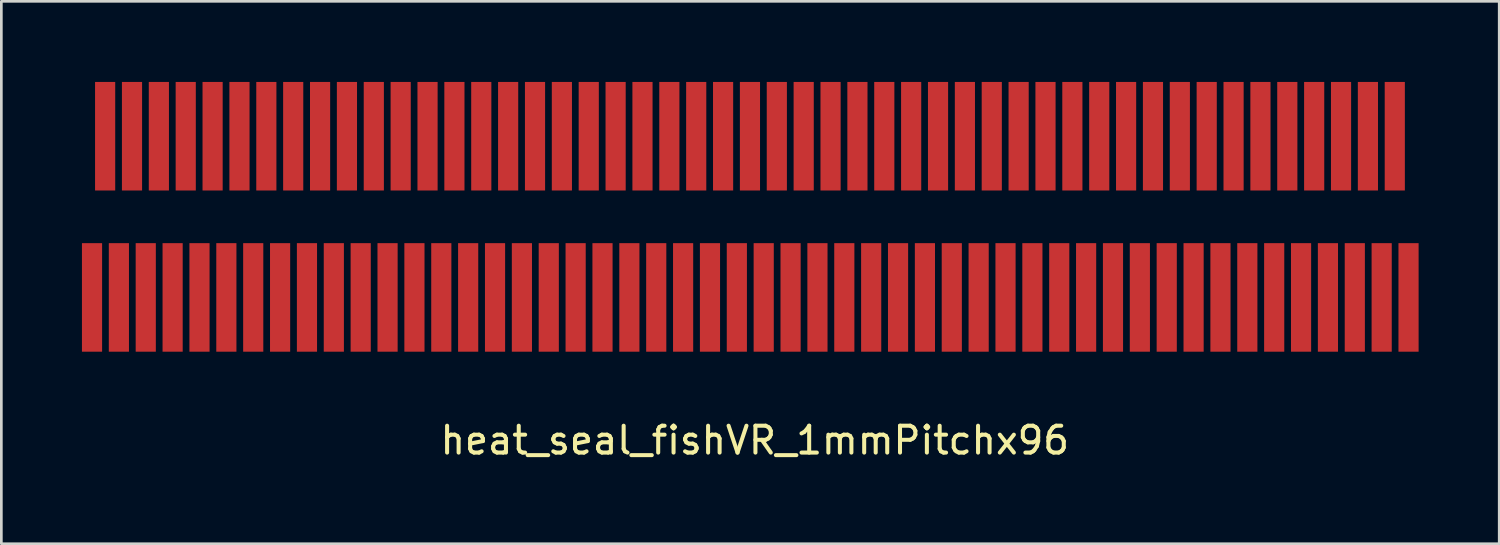
<source format=kicad_pcb>
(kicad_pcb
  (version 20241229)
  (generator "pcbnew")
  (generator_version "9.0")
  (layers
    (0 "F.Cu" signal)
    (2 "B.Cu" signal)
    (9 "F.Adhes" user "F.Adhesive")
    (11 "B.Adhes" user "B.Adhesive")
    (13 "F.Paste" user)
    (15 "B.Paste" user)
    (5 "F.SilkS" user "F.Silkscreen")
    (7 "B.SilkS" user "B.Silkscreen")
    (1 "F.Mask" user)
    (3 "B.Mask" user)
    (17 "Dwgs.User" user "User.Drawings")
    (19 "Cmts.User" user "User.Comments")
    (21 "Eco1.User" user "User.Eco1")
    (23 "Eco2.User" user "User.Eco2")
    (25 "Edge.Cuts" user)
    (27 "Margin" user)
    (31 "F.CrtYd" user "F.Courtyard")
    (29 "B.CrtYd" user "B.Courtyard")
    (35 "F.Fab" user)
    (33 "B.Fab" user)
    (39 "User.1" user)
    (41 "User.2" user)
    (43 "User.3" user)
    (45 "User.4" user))
  (footprint "heat_seal_fishVR_1mmPitchx96"
    (layer "F.Cu")
    (at 0.863 2.02)
    (property "Reference" "heat_seal_fishVR_1mmPitchx96" (at 24.18 11.32 0) (layer "F.SilkS") (effects (font (size 1 1) (thickness 0.15))))
    (attr through_hole)
    (pad "1" smd rect (at 0 0) (size 0.75 4.04) (layers "F.Cu" "F.Mask" "F.Paste"))
    (pad "2" smd rect (at 1 0) (size 0.75 4.04) (layers "F.Cu" "F.Mask" "F.Paste"))
    (pad "3" smd rect (at 2 0) (size 0.75 4.04) (layers "F.Cu" "F.Mask" "F.Paste"))
    (pad "4" smd rect (at 3 0) (size 0.75 4.04) (layers "F.Cu" "F.Mask" "F.Paste"))
    (pad "5" smd rect (at 4 0) (size 0.75 4.04) (layers "F.Cu" "F.Mask" "F.Paste"))
    (pad "6" smd rect (at 5 0) (size 0.75 4.04) (layers "F.Cu" "F.Mask" "F.Paste"))
    (pad "7" smd rect (at 6 0) (size 0.75 4.04) (layers "F.Cu" "F.Mask" "F.Paste"))
    (pad "8" smd rect (at 7 0) (size 0.75 4.04) (layers "F.Cu" "F.Mask" "F.Paste"))
    (pad "9" smd rect (at 8 0) (size 0.75 4.04) (layers "F.Cu" "F.Mask" "F.Paste"))
    (pad "10" smd rect (at 9 0) (size 0.75 4.04) (layers "F.Cu" "F.Mask" "F.Paste"))
    (pad "11" smd rect (at 10 0) (size 0.75 4.04) (layers "F.Cu" "F.Mask" "F.Paste"))
    (pad "12" smd rect (at 11 0) (size 0.75 4.04) (layers "F.Cu" "F.Mask" "F.Paste"))
    (pad "13" smd rect (at 12 0) (size 0.75 4.04) (layers "F.Cu" "F.Mask" "F.Paste"))
    (pad "14" smd rect (at 13 0) (size 0.75 4.04) (layers "F.Cu" "F.Mask" "F.Paste"))
    (pad "15" smd rect (at 14 0) (size 0.75 4.04) (layers "F.Cu" "F.Mask" "F.Paste"))
    (pad "16" smd rect (at 15 0) (size 0.75 4.04) (layers "F.Cu" "F.Mask" "F.Paste"))
    (pad "17" smd rect (at 16 0) (size 0.75 4.04) (layers "F.Cu" "F.Mask" "F.Paste"))
    (pad "18" smd rect (at 17 0) (size 0.75 4.04) (layers "F.Cu" "F.Mask" "F.Paste"))
    (pad "19" smd rect (at 18 0) (size 0.75 4.04) (layers "F.Cu" "F.Mask" "F.Paste"))
    (pad "20" smd rect (at 19 0) (size 0.75 4.04) (layers "F.Cu" "F.Mask" "F.Paste"))
    (pad "21" smd rect (at 20 0) (size 0.75 4.04) (layers "F.Cu" "F.Mask" "F.Paste"))
    (pad "22" smd rect (at 21 0) (size 0.75 4.04) (layers "F.Cu" "F.Mask" "F.Paste"))
    (pad "23" smd rect (at 22 0) (size 0.75 4.04) (layers "F.Cu" "F.Mask" "F.Paste"))
    (pad "24" smd rect (at 23 0) (size 0.75 4.04) (layers "F.Cu" "F.Mask" "F.Paste"))
    (pad "25" smd rect (at 24 0) (size 0.75 4.04) (layers "F.Cu" "F.Mask" "F.Paste"))
    (pad "26" smd rect (at 25 0) (size 0.75 4.04) (layers "F.Cu" "F.Mask" "F.Paste"))
    (pad "27" smd rect (at 26 0) (size 0.75 4.04) (layers "F.Cu" "F.Mask" "F.Paste"))
    (pad "28" smd rect (at 27 0) (size 0.75 4.04) (layers "F.Cu" "F.Mask" "F.Paste"))
    (pad "29" smd rect (at 28 0) (size 0.75 4.04) (layers "F.Cu" "F.Mask" "F.Paste"))
    (pad "30" smd rect (at 29 0) (size 0.75 4.04) (layers "F.Cu" "F.Mask" "F.Paste"))
    (pad "31" smd rect (at 30 0) (size 0.75 4.04) (layers "F.Cu" "F.Mask" "F.Paste"))
    (pad "32" smd rect (at 31 0) (size 0.75 4.04) (layers "F.Cu" "F.Mask" "F.Paste"))
    (pad "33" smd rect (at 32 0) (size 0.75 4.04) (layers "F.Cu" "F.Mask" "F.Paste"))
    (pad "34" smd rect (at 33 0) (size 0.75 4.04) (layers "F.Cu" "F.Mask" "F.Paste"))
    (pad "35" smd rect (at 34 0) (size 0.75 4.04) (layers "F.Cu" "F.Mask" "F.Paste"))
    (pad "36" smd rect (at 35 0) (size 0.75 4.04) (layers "F.Cu" "F.Mask" "F.Paste"))
    (pad "37" smd rect (at 36 0) (size 0.75 4.04) (layers "F.Cu" "F.Mask" "F.Paste"))
    (pad "38" smd rect (at 37 0) (size 0.75 4.04) (layers "F.Cu" "F.Mask" "F.Paste"))
    (pad "39" smd rect (at 38 0) (size 0.75 4.04) (layers "F.Cu" "F.Mask" "F.Paste"))
    (pad "40" smd rect (at 39 0) (size 0.75 4.04) (layers "F.Cu" "F.Mask" "F.Paste"))
    (pad "41" smd rect (at 40 0) (size 0.75 4.04) (layers "F.Cu" "F.Mask" "F.Paste"))
    (pad "42" smd rect (at 41 0) (size 0.75 4.04) (layers "F.Cu" "F.Mask" "F.Paste"))
    (pad "43" smd rect (at 42 0) (size 0.75 4.04) (layers "F.Cu" "F.Mask" "F.Paste"))
    (pad "44" smd rect (at 43 0) (size 0.75 4.04) (layers "F.Cu" "F.Mask" "F.Paste"))
    (pad "45" smd rect (at 44 0) (size 0.75 4.04) (layers "F.Cu" "F.Mask" "F.Paste"))
    (pad "46" smd rect (at 45 0) (size 0.75 4.04) (layers "F.Cu" "F.Mask" "F.Paste"))
    (pad "47" smd rect (at 46 0) (size 0.75 4.04) (layers "F.Cu" "F.Mask" "F.Paste"))
    (pad "48" smd rect (at 47 0) (size 0.75 4.04) (layers "F.Cu" "F.Mask" "F.Paste"))
    (pad "49" smd rect (at 48 0) (size 0.75 4.04) (layers "F.Cu" "F.Mask" "F.Paste"))
    (pad "50" smd rect (at -0.488 6) (size 0.75 4.04) (layers "F.Cu" "F.Mask" "F.Paste"))
    (pad "51" smd rect (at 0.512 6) (size 0.75 4.04) (layers "F.Cu" "F.Mask" "F.Paste"))
    (pad "52" smd rect (at 1.512 6) (size 0.75 4.04) (layers "F.Cu" "F.Mask" "F.Paste"))
    (pad "53" smd rect (at 2.512 6) (size 0.75 4.04) (layers "F.Cu" "F.Mask" "F.Paste"))
    (pad "54" smd rect (at 3.512 6) (size 0.75 4.04) (layers "F.Cu" "F.Mask" "F.Paste"))
    (pad "55" smd rect (at 4.512 6) (size 0.75 4.04) (layers "F.Cu" "F.Mask" "F.Paste"))
    (pad "56" smd rect (at 5.512 6) (size 0.75 4.04) (layers "F.Cu" "F.Mask" "F.Paste"))
    (pad "57" smd rect (at 6.512 6) (size 0.75 4.04) (layers "F.Cu" "F.Mask" "F.Paste"))
    (pad "58" smd rect (at 7.512 6) (size 0.75 4.04) (layers "F.Cu" "F.Mask" "F.Paste"))
    (pad "59" smd rect (at 8.512 6) (size 0.75 4.04) (layers "F.Cu" "F.Mask" "F.Paste"))
    (pad "60" smd rect (at 9.512 6) (size 0.75 4.04) (layers "F.Cu" "F.Mask" "F.Paste"))
    (pad "61" smd rect (at 10.512 6) (size 0.75 4.04) (layers "F.Cu" "F.Mask" "F.Paste"))
    (pad "62" smd rect (at 11.512 6) (size 0.75 4.04) (layers "F.Cu" "F.Mask" "F.Paste"))
    (pad "63" smd rect (at 12.512 6) (size 0.75 4.04) (layers "F.Cu" "F.Mask" "F.Paste"))
    (pad "64" smd rect (at 13.512 6) (size 0.75 4.04) (layers "F.Cu" "F.Mask" "F.Paste"))
    (pad "65" smd rect (at 14.512 6) (size 0.75 4.04) (layers "F.Cu" "F.Mask" "F.Paste"))
    (pad "66" smd rect (at 15.512 6) (size 0.75 4.04) (layers "F.Cu" "F.Mask" "F.Paste"))
    (pad "67" smd rect (at 16.512 6) (size 0.75 4.04) (layers "F.Cu" "F.Mask" "F.Paste"))
    (pad "68" smd rect (at 17.512 6) (size 0.75 4.04) (layers "F.Cu" "F.Mask" "F.Paste"))
    (pad "69" smd rect (at 18.512 6) (size 0.75 4.04) (layers "F.Cu" "F.Mask" "F.Paste"))
    (pad "70" smd rect (at 19.512 6) (size 0.75 4.04) (layers "F.Cu" "F.Mask" "F.Paste"))
    (pad "71" smd rect (at 20.512 6) (size 0.75 4.04) (layers "F.Cu" "F.Mask" "F.Paste"))
    (pad "72" smd rect (at 21.512 6) (size 0.75 4.04) (layers "F.Cu" "F.Mask" "F.Paste"))
    (pad "73" smd rect (at 22.512 6) (size 0.75 4.04) (layers "F.Cu" "F.Mask" "F.Paste"))
    (pad "74" smd rect (at 23.512 6) (size 0.75 4.04) (layers "F.Cu" "F.Mask" "F.Paste"))
    (pad "75" smd rect (at 24.512 6) (size 0.75 4.04) (layers "F.Cu" "F.Mask" "F.Paste"))
    (pad "76" smd rect (at 25.512 6) (size 0.75 4.04) (layers "F.Cu" "F.Mask" "F.Paste"))
    (pad "77" smd rect (at 26.512 6) (size 0.75 4.04) (layers "F.Cu" "F.Mask" "F.Paste"))
    (pad "78" smd rect (at 27.512 6) (size 0.75 4.04) (layers "F.Cu" "F.Mask" "F.Paste"))
    (pad "79" smd rect (at 28.512 6) (size 0.75 4.04) (layers "F.Cu" "F.Mask" "F.Paste"))
    (pad "80" smd rect (at 29.512 6) (size 0.75 4.04) (layers "F.Cu" "F.Mask" "F.Paste"))
    (pad "81" smd rect (at 30.512 6) (size 0.75 4.04) (layers "F.Cu" "F.Mask" "F.Paste"))
    (pad "82" smd rect (at 31.512 6) (size 0.75 4.04) (layers "F.Cu" "F.Mask" "F.Paste"))
    (pad "83" smd rect (at 32.512 6) (size 0.75 4.04) (layers "F.Cu" "F.Mask" "F.Paste"))
    (pad "84" smd rect (at 33.512 6) (size 0.75 4.04) (layers "F.Cu" "F.Mask" "F.Paste"))
    (pad "85" smd rect (at 34.512 6) (size 0.75 4.04) (layers "F.Cu" "F.Mask" "F.Paste"))
    (pad "86" smd rect (at 35.512 6) (size 0.75 4.04) (layers "F.Cu" "F.Mask" "F.Paste"))
    (pad "87" smd rect (at 36.512 6) (size 0.75 4.04) (layers "F.Cu" "F.Mask" "F.Paste"))
    (pad "88" smd rect (at 37.512 6) (size 0.75 4.04) (layers "F.Cu" "F.Mask" "F.Paste"))
    (pad "89" smd rect (at 38.512 6) (size 0.75 4.04) (layers "F.Cu" "F.Mask" "F.Paste"))
    (pad "90" smd rect (at 39.512 6) (size 0.75 4.04) (layers "F.Cu" "F.Mask" "F.Paste"))
    (pad "91" smd rect (at 40.512 6) (size 0.75 4.04) (layers "F.Cu" "F.Mask" "F.Paste"))
    (pad "92" smd rect (at 41.512 6) (size 0.75 4.04) (layers "F.Cu" "F.Mask" "F.Paste"))
    (pad "93" smd rect (at 42.512 6) (size 0.75 4.04) (layers "F.Cu" "F.Mask" "F.Paste"))
    (pad "94" smd rect (at 43.512 6) (size 0.75 4.04) (layers "F.Cu" "F.Mask" "F.Paste"))
    (pad "95" smd rect (at 44.512 6) (size 0.75 4.04) (layers "F.Cu" "F.Mask" "F.Paste"))
    (pad "96" smd rect (at 45.512 6) (size 0.75 4.04) (layers "F.Cu" "F.Mask" "F.Paste"))
    (pad "97" smd rect (at 46.512 6) (size 0.75 4.04) (layers "F.Cu" "F.Mask" "F.Paste"))
    (pad "98" smd rect (at 47.512 6) (size 0.75 4.04) (layers "F.Cu" "F.Mask" "F.Paste"))
    (pad "99" smd rect (at 48.512 6) (size 0.75 4.04) (layers "F.Cu" "F.Mask" "F.Paste")))
  (gr_rect
    (start -3 -3)
    (end 52.75 17.188)
    (stroke (width 0.1) (type default))
    (fill no)
    (layer "Edge.Cuts")))
</source>
